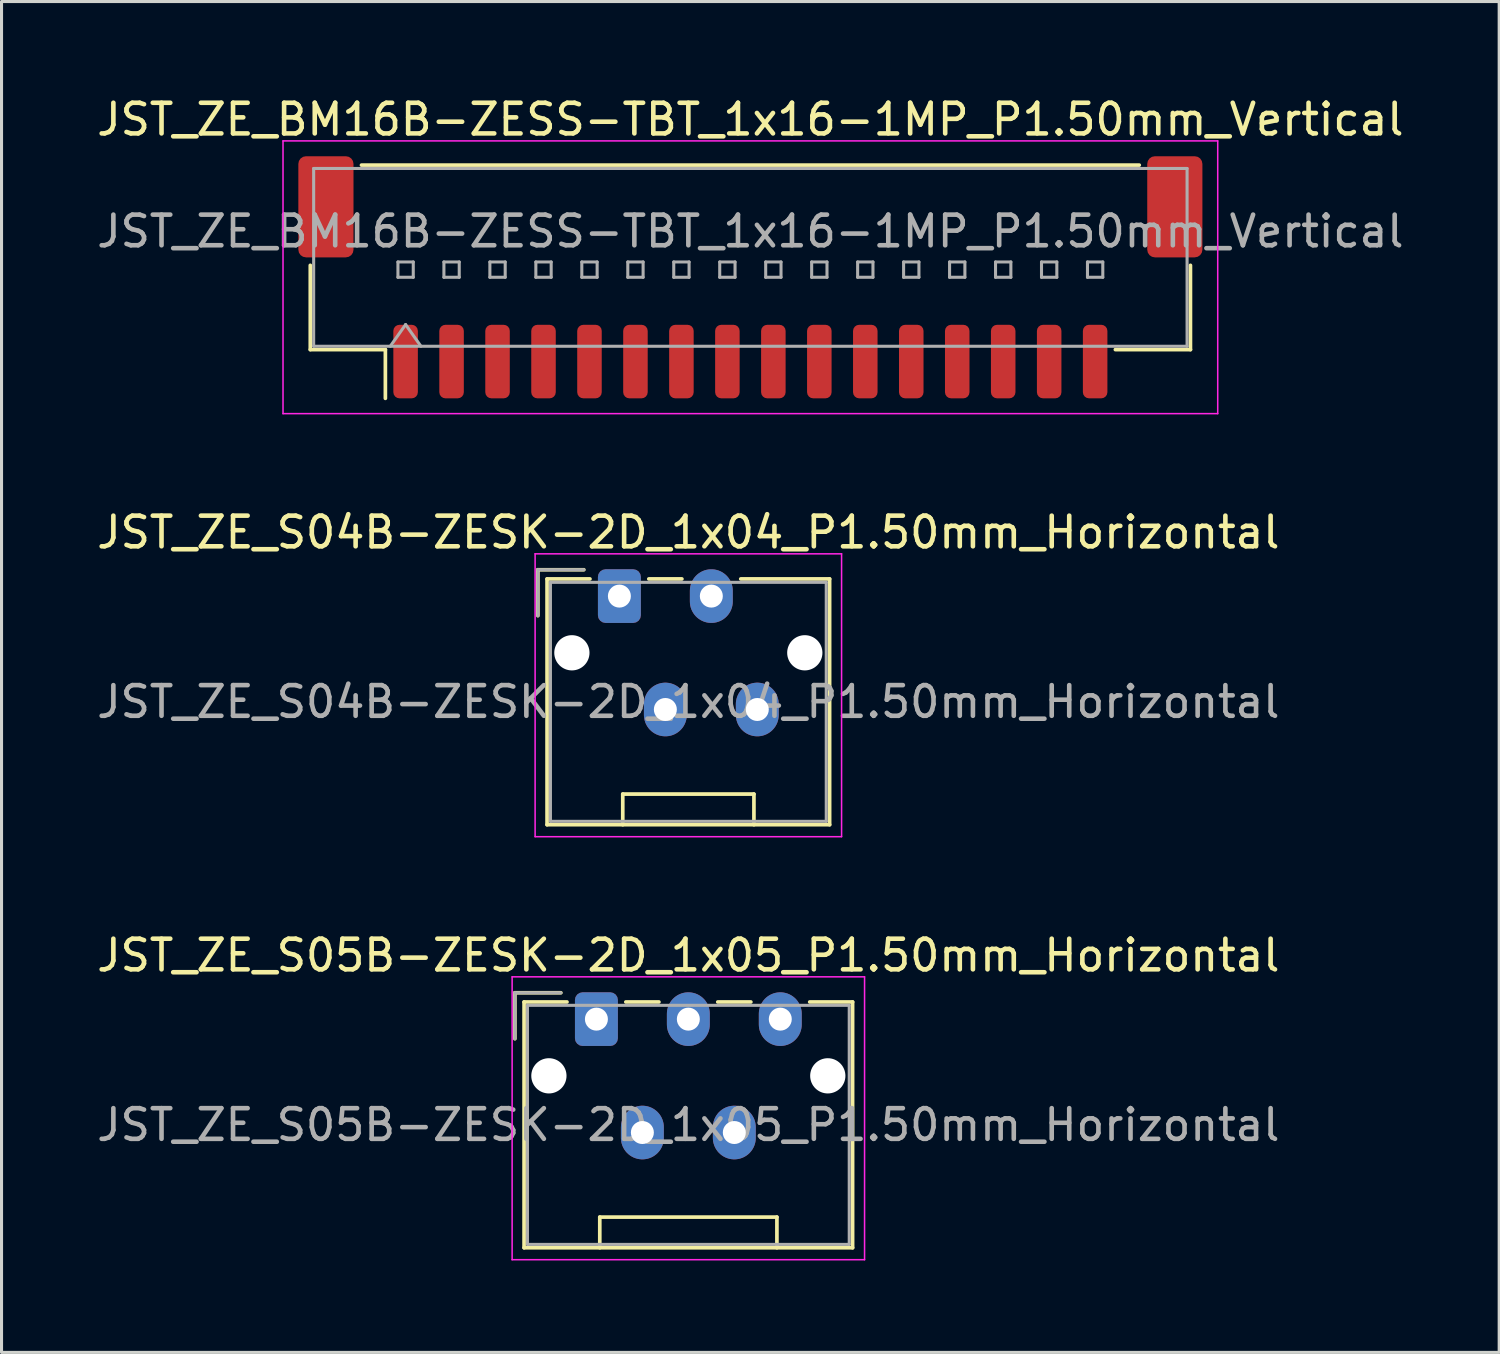
<source format=kicad_pcb>
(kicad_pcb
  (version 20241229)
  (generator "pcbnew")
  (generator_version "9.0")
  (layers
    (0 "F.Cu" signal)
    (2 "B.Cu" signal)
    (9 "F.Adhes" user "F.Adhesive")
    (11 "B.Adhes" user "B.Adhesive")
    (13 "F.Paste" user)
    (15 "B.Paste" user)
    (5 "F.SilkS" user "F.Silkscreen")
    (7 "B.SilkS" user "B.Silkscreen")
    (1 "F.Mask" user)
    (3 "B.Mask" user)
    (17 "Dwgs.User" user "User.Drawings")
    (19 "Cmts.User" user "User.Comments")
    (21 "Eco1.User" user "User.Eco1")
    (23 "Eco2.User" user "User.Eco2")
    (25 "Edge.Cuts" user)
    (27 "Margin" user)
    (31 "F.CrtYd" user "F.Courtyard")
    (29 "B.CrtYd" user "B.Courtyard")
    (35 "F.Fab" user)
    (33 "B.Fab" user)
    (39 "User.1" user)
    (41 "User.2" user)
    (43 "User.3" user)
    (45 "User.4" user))
  (footprint "JST_ZE_S04B-ZESK-2D_1x04_P1.50mm_Horizontal"
    (layer "F.Cu")
    (at 17.161 16.401)
    (property "Reference" "JST_ZE_S04B-ZESK-2D_1x04_P1.50mm_Horizontal" (at 2.25 -2.08 0) (layer "F.SilkS") (effects (font (size 1 1) (thickness 0.15))))
    (attr through_hole)
    (fp_line (start -2.66 -0.86) (end -1.16 -0.86) (stroke (width 0.12) (type solid)) (layer "F.SilkS"))
    (fp_line (start -2.66 0.64) (end -2.66 -0.86) (stroke (width 0.12) (type solid)) (layer "F.SilkS"))
    (fp_line (start -2.36 -0.56) (end -2.36 7.46) (stroke (width 0.12) (type solid)) (layer "F.SilkS"))
    (fp_line (start -2.36 7.46) (end 6.86 7.46) (stroke (width 0.12) (type solid)) (layer "F.SilkS"))
    (fp_line (start -0.96 -0.56) (end -2.36 -0.56) (stroke (width 0.12) (type solid)) (layer "F.SilkS"))
    (fp_line (start 0.11 6.46) (end 4.39 6.46) (stroke (width 0.12) (type solid)) (layer "F.SilkS"))
    (fp_line (start 0.11 7.46) (end 0.11 6.46) (stroke (width 0.12) (type solid)) (layer "F.SilkS"))
    (fp_line (start 0.96 -0.56) (end 2.04 -0.56) (stroke (width 0.12) (type solid)) (layer "F.SilkS"))
    (fp_line (start 4.39 6.46) (end 4.39 7.46) (stroke (width 0.12) (type solid)) (layer "F.SilkS"))
    (fp_line (start 6.86 -0.56) (end 3.96 -0.56) (stroke (width 0.12) (type solid)) (layer "F.SilkS"))
    (fp_line (start 6.86 7.46) (end 6.86 -0.56) (stroke (width 0.12) (type solid)) (layer "F.SilkS"))
    (fp_line (start -2.75 -1.38) (end -2.75 7.85) (stroke (width 0.05) (type solid)) (layer "F.CrtYd"))
    (fp_line (start -2.75 7.85) (end 7.25 7.85) (stroke (width 0.05) (type solid)) (layer "F.CrtYd"))
    (fp_line (start 7.25 -1.38) (end -2.75 -1.38) (stroke (width 0.05) (type solid)) (layer "F.CrtYd"))
    (fp_line (start 7.25 7.85) (end 7.25 -1.38) (stroke (width 0.05) (type solid)) (layer "F.CrtYd"))
    (fp_line (start -2.66 -0.86) (end -1.16 -0.86) (stroke (width 0.1) (type solid)) (layer "F.Fab"))
    (fp_line (start -2.66 0.64) (end -2.66 -0.86) (stroke (width 0.1) (type solid)) (layer "F.Fab"))
    (fp_line (start -2.25 -0.45) (end -2.25 7.35) (stroke (width 0.1) (type solid)) (layer "F.Fab"))
    (fp_line (start -2.25 7.35) (end 6.75 7.35) (stroke (width 0.1) (type solid)) (layer "F.Fab"))
    (fp_line (start 6.75 -0.45) (end -2.25 -0.45) (stroke (width 0.1) (type solid)) (layer "F.Fab"))
    (fp_line (start 6.75 7.35) (end 6.75 -0.45) (stroke (width 0.1) (type solid)) (layer "F.Fab"))
    (fp_text user "${REFERENCE}" (at 2.25 3.45 0) (layer "F.Fab") (effects (font (size 1 1) (thickness 0.15))))
    (pad "" np_thru_hole circle (at -1.55 1.85) (size 1.15 1.15) (drill 1.15) (layers "*.Cu" "*.Mask"))
    (pad "" np_thru_hole circle (at 6.05 1.85) (size 1.15 1.15) (drill 1.15) (layers "*.Cu" "*.Mask"))
    (pad "1" thru_hole roundrect (at 0 0) (size 1.4 1.75) (drill 0.75) (layers "*.Cu" "*.Mask") (roundrect_rratio 0.179))
    (pad "2" thru_hole oval (at 1.5 3.7) (size 1.4 1.75) (drill 0.75) (layers "*.Cu" "*.Mask"))
    (pad "3" thru_hole oval (at 3 0) (size 1.4 1.75) (drill 0.75) (layers "*.Cu" "*.Mask"))
    (pad "4" thru_hole oval (at 4.5 3.7) (size 1.4 1.75) (drill 0.75) (layers "*.Cu" "*.Mask")))
  (footprint "JST_ZE_BM16B-ZESS-TBT_1x16-1MP_P1.50mm_Vertical"
    (layer "F.Cu")
    (at 21.435 5.998)
    (property "Reference" "JST_ZE_BM16B-ZESS-TBT_1x16-1MP_P1.50mm_Vertical" (at 0 -5.15 0) (layer "F.SilkS") (effects (font (size 1 1) (thickness 0.15))))
    (attr smd)
    (fp_line (start -14.36 -0.39) (end -14.36 2.36) (stroke (width 0.12) (type solid)) (layer "F.SilkS"))
    (fp_line (start -14.36 2.36) (end -11.91 2.36) (stroke (width 0.12) (type solid)) (layer "F.SilkS"))
    (fp_line (start -12.69 -3.66) (end 12.69 -3.66) (stroke (width 0.12) (type solid)) (layer "F.SilkS"))
    (fp_line (start -11.91 2.36) (end -11.91 3.95) (stroke (width 0.12) (type solid)) (layer "F.SilkS"))
    (fp_line (start 14.36 -0.39) (end 14.36 2.36) (stroke (width 0.12) (type solid)) (layer "F.SilkS"))
    (fp_line (start 14.36 2.36) (end 11.91 2.36) (stroke (width 0.12) (type solid)) (layer "F.SilkS"))
    (fp_line (start -15.25 -4.45) (end -15.25 4.45) (stroke (width 0.05) (type solid)) (layer "F.CrtYd"))
    (fp_line (start -15.25 4.45) (end 15.25 4.45) (stroke (width 0.05) (type solid)) (layer "F.CrtYd"))
    (fp_line (start 15.25 -4.45) (end -15.25 -4.45) (stroke (width 0.05) (type solid)) (layer "F.CrtYd"))
    (fp_line (start 15.25 4.45) (end 15.25 -4.45) (stroke (width 0.05) (type solid)) (layer "F.CrtYd"))
    (fp_line (start -14.25 -3.55) (end 14.25 -3.55) (stroke (width 0.1) (type solid)) (layer "F.Fab"))
    (fp_line (start -14.25 2.25) (end -14.25 -3.55) (stroke (width 0.1) (type solid)) (layer "F.Fab"))
    (fp_line (start -14.25 2.25) (end 14.25 2.25) (stroke (width 0.1) (type solid)) (layer "F.Fab"))
    (fp_line (start -11.75 2.25) (end -11.25 1.543) (stroke (width 0.1) (type solid)) (layer "F.Fab"))
    (fp_line (start -11.5 -0.5) (end -11.5 0) (stroke (width 0.1) (type solid)) (layer "F.Fab"))
    (fp_line (start -11.5 0) (end -11 0) (stroke (width 0.1) (type solid)) (layer "F.Fab"))
    (fp_line (start -11.25 1.543) (end -10.75 2.25) (stroke (width 0.1) (type solid)) (layer "F.Fab"))
    (fp_line (start -11 -0.5) (end -11.5 -0.5) (stroke (width 0.1) (type solid)) (layer "F.Fab"))
    (fp_line (start -11 0) (end -11 -0.5) (stroke (width 0.1) (type solid)) (layer "F.Fab"))
    (fp_line (start -10 -0.5) (end -10 0) (stroke (width 0.1) (type solid)) (layer "F.Fab"))
    (fp_line (start -10 0) (end -9.5 0) (stroke (width 0.1) (type solid)) (layer "F.Fab"))
    (fp_line (start -9.5 -0.5) (end -10 -0.5) (stroke (width 0.1) (type solid)) (layer "F.Fab"))
    (fp_line (start -9.5 0) (end -9.5 -0.5) (stroke (width 0.1) (type solid)) (layer "F.Fab"))
    (fp_line (start -8.5 -0.5) (end -8.5 0) (stroke (width 0.1) (type solid)) (layer "F.Fab"))
    (fp_line (start -8.5 0) (end -8 0) (stroke (width 0.1) (type solid)) (layer "F.Fab"))
    (fp_line (start -8 -0.5) (end -8.5 -0.5) (stroke (width 0.1) (type solid)) (layer "F.Fab"))
    (fp_line (start -8 0) (end -8 -0.5) (stroke (width 0.1) (type solid)) (layer "F.Fab"))
    (fp_line (start -7 -0.5) (end -7 0) (stroke (width 0.1) (type solid)) (layer "F.Fab"))
    (fp_line (start -7 0) (end -6.5 0) (stroke (width 0.1) (type solid)) (layer "F.Fab"))
    (fp_line (start -6.5 -0.5) (end -7 -0.5) (stroke (width 0.1) (type solid)) (layer "F.Fab"))
    (fp_line (start -6.5 0) (end -6.5 -0.5) (stroke (width 0.1) (type solid)) (layer "F.Fab"))
    (fp_line (start -5.5 -0.5) (end -5.5 0) (stroke (width 0.1) (type solid)) (layer "F.Fab"))
    (fp_line (start -5.5 0) (end -5 0) (stroke (width 0.1) (type solid)) (layer "F.Fab"))
    (fp_line (start -5 -0.5) (end -5.5 -0.5) (stroke (width 0.1) (type solid)) (layer "F.Fab"))
    (fp_line (start -5 0) (end -5 -0.5) (stroke (width 0.1) (type solid)) (layer "F.Fab"))
    (fp_line (start -4 -0.5) (end -4 0) (stroke (width 0.1) (type solid)) (layer "F.Fab"))
    (fp_line (start -4 0) (end -3.5 0) (stroke (width 0.1) (type solid)) (layer "F.Fab"))
    (fp_line (start -3.5 -0.5) (end -4 -0.5) (stroke (width 0.1) (type solid)) (layer "F.Fab"))
    (fp_line (start -3.5 0) (end -3.5 -0.5) (stroke (width 0.1) (type solid)) (layer "F.Fab"))
    (fp_line (start -2.5 -0.5) (end -2.5 0) (stroke (width 0.1) (type solid)) (layer "F.Fab"))
    (fp_line (start -2.5 0) (end -2 0) (stroke (width 0.1) (type solid)) (layer "F.Fab"))
    (fp_line (start -2 -0.5) (end -2.5 -0.5) (stroke (width 0.1) (type solid)) (layer "F.Fab"))
    (fp_line (start -2 0) (end -2 -0.5) (stroke (width 0.1) (type solid)) (layer "F.Fab"))
    (fp_line (start -1 -0.5) (end -1 0) (stroke (width 0.1) (type solid)) (layer "F.Fab"))
    (fp_line (start -1 0) (end -0.5 0) (stroke (width 0.1) (type solid)) (layer "F.Fab"))
    (fp_line (start -0.5 -0.5) (end -1 -0.5) (stroke (width 0.1) (type solid)) (layer "F.Fab"))
    (fp_line (start -0.5 0) (end -0.5 -0.5) (stroke (width 0.1) (type solid)) (layer "F.Fab"))
    (fp_line (start 0.5 -0.5) (end 0.5 0) (stroke (width 0.1) (type solid)) (layer "F.Fab"))
    (fp_line (start 0.5 0) (end 1 0) (stroke (width 0.1) (type solid)) (layer "F.Fab"))
    (fp_line (start 1 -0.5) (end 0.5 -0.5) (stroke (width 0.1) (type solid)) (layer "F.Fab"))
    (fp_line (start 1 0) (end 1 -0.5) (stroke (width 0.1) (type solid)) (layer "F.Fab"))
    (fp_line (start 2 -0.5) (end 2 0) (stroke (width 0.1) (type solid)) (layer "F.Fab"))
    (fp_line (start 2 0) (end 2.5 0) (stroke (width 0.1) (type solid)) (layer "F.Fab"))
    (fp_line (start 2.5 -0.5) (end 2 -0.5) (stroke (width 0.1) (type solid)) (layer "F.Fab"))
    (fp_line (start 2.5 0) (end 2.5 -0.5) (stroke (width 0.1) (type solid)) (layer "F.Fab"))
    (fp_line (start 3.5 -0.5) (end 3.5 0) (stroke (width 0.1) (type solid)) (layer "F.Fab"))
    (fp_line (start 3.5 0) (end 4 0) (stroke (width 0.1) (type solid)) (layer "F.Fab"))
    (fp_line (start 4 -0.5) (end 3.5 -0.5) (stroke (width 0.1) (type solid)) (layer "F.Fab"))
    (fp_line (start 4 0) (end 4 -0.5) (stroke (width 0.1) (type solid)) (layer "F.Fab"))
    (fp_line (start 5 -0.5) (end 5 0) (stroke (width 0.1) (type solid)) (layer "F.Fab"))
    (fp_line (start 5 0) (end 5.5 0) (stroke (width 0.1) (type solid)) (layer "F.Fab"))
    (fp_line (start 5.5 -0.5) (end 5 -0.5) (stroke (width 0.1) (type solid)) (layer "F.Fab"))
    (fp_line (start 5.5 0) (end 5.5 -0.5) (stroke (width 0.1) (type solid)) (layer "F.Fab"))
    (fp_line (start 6.5 -0.5) (end 6.5 0) (stroke (width 0.1) (type solid)) (layer "F.Fab"))
    (fp_line (start 6.5 0) (end 7 0) (stroke (width 0.1) (type solid)) (layer "F.Fab"))
    (fp_line (start 7 -0.5) (end 6.5 -0.5) (stroke (width 0.1) (type solid)) (layer "F.Fab"))
    (fp_line (start 7 0) (end 7 -0.5) (stroke (width 0.1) (type solid)) (layer "F.Fab"))
    (fp_line (start 8 -0.5) (end 8 0) (stroke (width 0.1) (type solid)) (layer "F.Fab"))
    (fp_line (start 8 0) (end 8.5 0) (stroke (width 0.1) (type solid)) (layer "F.Fab"))
    (fp_line (start 8.5 -0.5) (end 8 -0.5) (stroke (width 0.1) (type solid)) (layer "F.Fab"))
    (fp_line (start 8.5 0) (end 8.5 -0.5) (stroke (width 0.1) (type solid)) (layer "F.Fab"))
    (fp_line (start 9.5 -0.5) (end 9.5 0) (stroke (width 0.1) (type solid)) (layer "F.Fab"))
    (fp_line (start 9.5 0) (end 10 0) (stroke (width 0.1) (type solid)) (layer "F.Fab"))
    (fp_line (start 10 -0.5) (end 9.5 -0.5) (stroke (width 0.1) (type solid)) (layer "F.Fab"))
    (fp_line (start 10 0) (end 10 -0.5) (stroke (width 0.1) (type solid)) (layer "F.Fab"))
    (fp_line (start 11 -0.5) (end 11 0) (stroke (width 0.1) (type solid)) (layer "F.Fab"))
    (fp_line (start 11 0) (end 11.5 0) (stroke (width 0.1) (type solid)) (layer "F.Fab"))
    (fp_line (start 11.5 -0.5) (end 11 -0.5) (stroke (width 0.1) (type solid)) (layer "F.Fab"))
    (fp_line (start 11.5 0) (end 11.5 -0.5) (stroke (width 0.1) (type solid)) (layer "F.Fab"))
    (fp_line (start 14.25 2.25) (end 14.25 -3.55) (stroke (width 0.1) (type solid)) (layer "F.Fab"))
    (fp_text user "${REFERENCE}" (at 0 -1.5 0) (layer "F.Fab") (effects (font (size 1 1) (thickness 0.15))))
    (pad "1" smd roundrect (at -11.25 2.75) (size 0.8 2.4) (layers "F.Cu" "F.Mask" "F.Paste") (roundrect_rratio 0.25))
    (pad "2" smd roundrect (at -9.75 2.75) (size 0.8 2.4) (layers "F.Cu" "F.Mask" "F.Paste") (roundrect_rratio 0.25))
    (pad "3" smd roundrect (at -8.25 2.75) (size 0.8 2.4) (layers "F.Cu" "F.Mask" "F.Paste") (roundrect_rratio 0.25))
    (pad "4" smd roundrect (at -6.75 2.75) (size 0.8 2.4) (layers "F.Cu" "F.Mask" "F.Paste") (roundrect_rratio 0.25))
    (pad "5" smd roundrect (at -5.25 2.75) (size 0.8 2.4) (layers "F.Cu" "F.Mask" "F.Paste") (roundrect_rratio 0.25))
    (pad "6" smd roundrect (at -3.75 2.75) (size 0.8 2.4) (layers "F.Cu" "F.Mask" "F.Paste") (roundrect_rratio 0.25))
    (pad "7" smd roundrect (at -2.25 2.75) (size 0.8 2.4) (layers "F.Cu" "F.Mask" "F.Paste") (roundrect_rratio 0.25))
    (pad "8" smd roundrect (at -0.75 2.75) (size 0.8 2.4) (layers "F.Cu" "F.Mask" "F.Paste") (roundrect_rratio 0.25))
    (pad "9" smd roundrect (at 0.75 2.75) (size 0.8 2.4) (layers "F.Cu" "F.Mask" "F.Paste") (roundrect_rratio 0.25))
    (pad "10" smd roundrect (at 2.25 2.75) (size 0.8 2.4) (layers "F.Cu" "F.Mask" "F.Paste") (roundrect_rratio 0.25))
    (pad "11" smd roundrect (at 3.75 2.75) (size 0.8 2.4) (layers "F.Cu" "F.Mask" "F.Paste") (roundrect_rratio 0.25))
    (pad "12" smd roundrect (at 5.25 2.75) (size 0.8 2.4) (layers "F.Cu" "F.Mask" "F.Paste") (roundrect_rratio 0.25))
    (pad "13" smd roundrect (at 6.75 2.75) (size 0.8 2.4) (layers "F.Cu" "F.Mask" "F.Paste") (roundrect_rratio 0.25))
    (pad "14" smd roundrect (at 8.25 2.75) (size 0.8 2.4) (layers "F.Cu" "F.Mask" "F.Paste") (roundrect_rratio 0.25))
    (pad "15" smd roundrect (at 9.75 2.75) (size 0.8 2.4) (layers "F.Cu" "F.Mask" "F.Paste") (roundrect_rratio 0.25))
    (pad "16" smd roundrect (at 11.25 2.75) (size 0.8 2.4) (layers "F.Cu" "F.Mask" "F.Paste") (roundrect_rratio 0.25))
    (pad "MP" smd roundrect (at -13.85 -2.3) (size 1.8 3.3) (layers "F.Cu" "F.Mask" "F.Paste") (roundrect_rratio 0.139))
    (pad "MP" smd roundrect (at 13.85 -2.3) (size 1.8 3.3) (layers "F.Cu" "F.Mask" "F.Paste") (roundrect_rratio 0.139)))
  (footprint "JST_ZE_S05B-ZESK-2D_1x05_P1.50mm_Horizontal"
    (layer "F.Cu")
    (at 16.411 30.205)
    (property "Reference" "JST_ZE_S05B-ZESK-2D_1x05_P1.50mm_Horizontal" (at 3 -2.08 0) (layer "F.SilkS") (effects (font (size 1 1) (thickness 0.15))))
    (attr through_hole)
    (fp_line (start -2.66 -0.86) (end -1.16 -0.86) (stroke (width 0.12) (type solid)) (layer "F.SilkS"))
    (fp_line (start -2.66 0.64) (end -2.66 -0.86) (stroke (width 0.12) (type solid)) (layer "F.SilkS"))
    (fp_line (start -2.36 -0.56) (end -2.36 7.46) (stroke (width 0.12) (type solid)) (layer "F.SilkS"))
    (fp_line (start -2.36 7.46) (end 8.36 7.46) (stroke (width 0.12) (type solid)) (layer "F.SilkS"))
    (fp_line (start -0.96 -0.56) (end -2.36 -0.56) (stroke (width 0.12) (type solid)) (layer "F.SilkS"))
    (fp_line (start 0.11 6.46) (end 5.89 6.46) (stroke (width 0.12) (type solid)) (layer "F.SilkS"))
    (fp_line (start 0.11 7.46) (end 0.11 6.46) (stroke (width 0.12) (type solid)) (layer "F.SilkS"))
    (fp_line (start 0.96 -0.56) (end 2.04 -0.56) (stroke (width 0.12) (type solid)) (layer "F.SilkS"))
    (fp_line (start 3.96 -0.56) (end 5.04 -0.56) (stroke (width 0.12) (type solid)) (layer "F.SilkS"))
    (fp_line (start 5.89 6.46) (end 5.89 7.46) (stroke (width 0.12) (type solid)) (layer "F.SilkS"))
    (fp_line (start 8.36 -0.56) (end 6.96 -0.56) (stroke (width 0.12) (type solid)) (layer "F.SilkS"))
    (fp_line (start 8.36 7.46) (end 8.36 -0.56) (stroke (width 0.12) (type solid)) (layer "F.SilkS"))
    (fp_line (start -2.75 -1.38) (end -2.75 7.85) (stroke (width 0.05) (type solid)) (layer "F.CrtYd"))
    (fp_line (start -2.75 7.85) (end 8.75 7.85) (stroke (width 0.05) (type solid)) (layer "F.CrtYd"))
    (fp_line (start 8.75 -1.38) (end -2.75 -1.38) (stroke (width 0.05) (type solid)) (layer "F.CrtYd"))
    (fp_line (start 8.75 7.85) (end 8.75 -1.38) (stroke (width 0.05) (type solid)) (layer "F.CrtYd"))
    (fp_line (start -2.66 -0.86) (end -1.16 -0.86) (stroke (width 0.1) (type solid)) (layer "F.Fab"))
    (fp_line (start -2.66 0.64) (end -2.66 -0.86) (stroke (width 0.1) (type solid)) (layer "F.Fab"))
    (fp_line (start -2.25 -0.45) (end -2.25 7.35) (stroke (width 0.1) (type solid)) (layer "F.Fab"))
    (fp_line (start -2.25 7.35) (end 8.25 7.35) (stroke (width 0.1) (type solid)) (layer "F.Fab"))
    (fp_line (start 8.25 -0.45) (end -2.25 -0.45) (stroke (width 0.1) (type solid)) (layer "F.Fab"))
    (fp_line (start 8.25 7.35) (end 8.25 -0.45) (stroke (width 0.1) (type solid)) (layer "F.Fab"))
    (fp_text user "${REFERENCE}" (at 3 3.45 0) (layer "F.Fab") (effects (font (size 1 1) (thickness 0.15))))
    (pad "" np_thru_hole circle (at -1.55 1.85) (size 1.15 1.15) (drill 1.15) (layers "*.Cu" "*.Mask"))
    (pad "" np_thru_hole circle (at 7.55 1.85) (size 1.15 1.15) (drill 1.15) (layers "*.Cu" "*.Mask"))
    (pad "1" thru_hole roundrect (at 0 0) (size 1.4 1.75) (drill 0.75) (layers "*.Cu" "*.Mask") (roundrect_rratio 0.179))
    (pad "2" thru_hole oval (at 1.5 3.7) (size 1.4 1.75) (drill 0.75) (layers "*.Cu" "*.Mask"))
    (pad "3" thru_hole oval (at 3 0) (size 1.4 1.75) (drill 0.75) (layers "*.Cu" "*.Mask"))
    (pad "4" thru_hole oval (at 4.5 3.7) (size 1.4 1.75) (drill 0.75) (layers "*.Cu" "*.Mask"))
    (pad "5" thru_hole oval (at 6 0) (size 1.4 1.75) (drill 0.75) (layers "*.Cu" "*.Mask")))
  (gr_rect
    (start -3 -3)
    (end 45.869 41.08)
    (stroke (width 0.1) (type default))
    (fill no)
    (layer "Edge.Cuts")))
</source>
